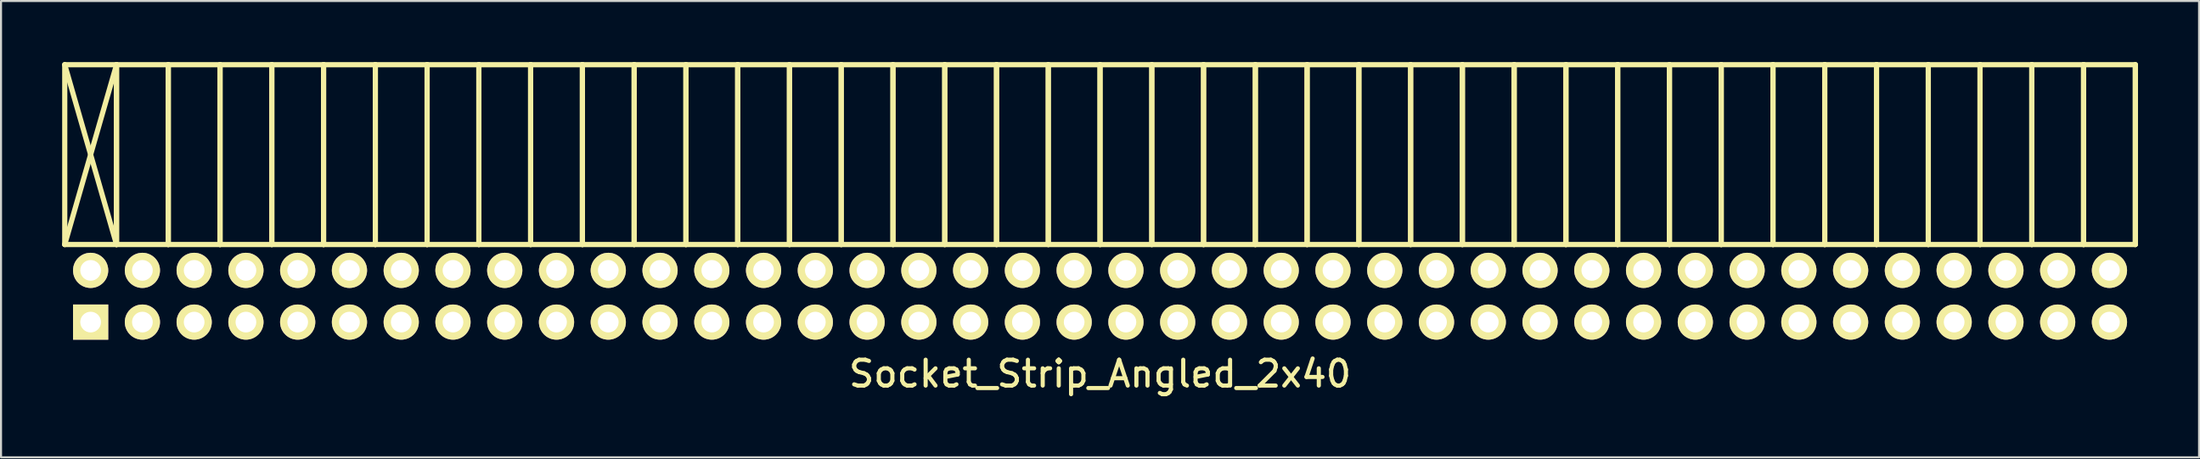
<source format=kicad_pcb>
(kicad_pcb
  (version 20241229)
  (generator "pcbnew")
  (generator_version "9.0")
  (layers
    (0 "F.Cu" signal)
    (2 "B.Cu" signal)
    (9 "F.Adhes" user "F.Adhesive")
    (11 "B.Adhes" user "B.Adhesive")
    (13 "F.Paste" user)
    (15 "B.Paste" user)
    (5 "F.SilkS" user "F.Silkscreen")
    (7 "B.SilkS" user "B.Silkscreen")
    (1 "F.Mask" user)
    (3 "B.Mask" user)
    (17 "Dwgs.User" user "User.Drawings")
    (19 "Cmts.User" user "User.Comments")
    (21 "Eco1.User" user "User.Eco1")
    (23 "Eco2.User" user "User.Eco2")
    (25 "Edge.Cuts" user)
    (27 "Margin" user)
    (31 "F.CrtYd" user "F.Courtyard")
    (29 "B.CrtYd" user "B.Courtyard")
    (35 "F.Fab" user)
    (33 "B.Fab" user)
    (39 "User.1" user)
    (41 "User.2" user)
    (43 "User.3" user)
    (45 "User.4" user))
  (footprint "Socket_Strip_Angled_2x40"
    (layer "F.Cu")
    (at 50.927 11.497)
    (property "Reference" "Socket_Strip_Angled_2x40" (at 0 3.81 0) (layer "F.SilkS") (effects (font (size 1.27 1.27) (thickness 0.203))))
    (attr through_hole)
    (fp_line (start -50.8 -11.37) (end -48.26 -11.37) (stroke (width 0.254) (type solid)) (layer "F.SilkS"))
    (fp_line (start -50.8 -11.37) (end -48.26 -2.54) (stroke (width 0.254) (type solid)) (layer "F.SilkS"))
    (fp_line (start -50.8 -2.54) (end -50.8 -11.37) (stroke (width 0.254) (type solid)) (layer "F.SilkS"))
    (fp_line (start -50.8 -2.54) (end -48.26 -11.37) (stroke (width 0.254) (type solid)) (layer "F.SilkS"))
    (fp_line (start -50.8 -2.54) (end -48.26 -2.54) (stroke (width 0.254) (type solid)) (layer "F.SilkS"))
    (fp_line (start -48.26 -11.37) (end -48.26 -2.54) (stroke (width 0.254) (type solid)) (layer "F.SilkS"))
    (fp_line (start -48.26 -11.37) (end -45.72 -11.37) (stroke (width 0.254) (type solid)) (layer "F.SilkS"))
    (fp_line (start -48.26 -2.54) (end -48.26 -11.37) (stroke (width 0.254) (type solid)) (layer "F.SilkS"))
    (fp_line (start -48.26 -2.54) (end -45.72 -2.54) (stroke (width 0.254) (type solid)) (layer "F.SilkS"))
    (fp_line (start -45.72 -11.37) (end -45.72 -2.54) (stroke (width 0.254) (type solid)) (layer "F.SilkS"))
    (fp_line (start -45.72 -11.37) (end -43.18 -11.37) (stroke (width 0.254) (type solid)) (layer "F.SilkS"))
    (fp_line (start -45.72 -2.54) (end -45.72 -11.37) (stroke (width 0.254) (type solid)) (layer "F.SilkS"))
    (fp_line (start -45.72 -2.54) (end -43.18 -2.54) (stroke (width 0.254) (type solid)) (layer "F.SilkS"))
    (fp_line (start -43.18 -11.37) (end -43.18 -2.54) (stroke (width 0.254) (type solid)) (layer "F.SilkS"))
    (fp_line (start -43.18 -11.37) (end -40.64 -11.37) (stroke (width 0.254) (type solid)) (layer "F.SilkS"))
    (fp_line (start -43.18 -2.54) (end -43.18 -11.37) (stroke (width 0.254) (type solid)) (layer "F.SilkS"))
    (fp_line (start -43.18 -2.54) (end -40.64 -2.54) (stroke (width 0.254) (type solid)) (layer "F.SilkS"))
    (fp_line (start -40.64 -11.37) (end -40.64 -2.54) (stroke (width 0.254) (type solid)) (layer "F.SilkS"))
    (fp_line (start -40.64 -11.37) (end -38.1 -11.37) (stroke (width 0.254) (type solid)) (layer "F.SilkS"))
    (fp_line (start -40.64 -2.54) (end -40.64 -11.37) (stroke (width 0.254) (type solid)) (layer "F.SilkS"))
    (fp_line (start -40.64 -2.54) (end -38.1 -2.54) (stroke (width 0.254) (type solid)) (layer "F.SilkS"))
    (fp_line (start -38.1 -11.37) (end -38.1 -2.54) (stroke (width 0.254) (type solid)) (layer "F.SilkS"))
    (fp_line (start -38.1 -11.37) (end -35.56 -11.37) (stroke (width 0.254) (type solid)) (layer "F.SilkS"))
    (fp_line (start -38.1 -2.54) (end -38.1 -11.37) (stroke (width 0.254) (type solid)) (layer "F.SilkS"))
    (fp_line (start -38.1 -2.54) (end -35.56 -2.54) (stroke (width 0.254) (type solid)) (layer "F.SilkS"))
    (fp_line (start -35.56 -11.37) (end -35.56 -2.54) (stroke (width 0.254) (type solid)) (layer "F.SilkS"))
    (fp_line (start -35.56 -11.37) (end -33.02 -11.37) (stroke (width 0.254) (type solid)) (layer "F.SilkS"))
    (fp_line (start -35.56 -2.54) (end -35.56 -11.37) (stroke (width 0.254) (type solid)) (layer "F.SilkS"))
    (fp_line (start -35.56 -2.54) (end -33.02 -2.54) (stroke (width 0.254) (type solid)) (layer "F.SilkS"))
    (fp_line (start -33.02 -11.37) (end -33.02 -2.54) (stroke (width 0.254) (type solid)) (layer "F.SilkS"))
    (fp_line (start -33.02 -11.37) (end -30.48 -11.37) (stroke (width 0.254) (type solid)) (layer "F.SilkS"))
    (fp_line (start -33.02 -2.54) (end -33.02 -11.37) (stroke (width 0.254) (type solid)) (layer "F.SilkS"))
    (fp_line (start -33.02 -2.54) (end -30.48 -2.54) (stroke (width 0.254) (type solid)) (layer "F.SilkS"))
    (fp_line (start -30.48 -11.37) (end -30.48 -2.54) (stroke (width 0.254) (type solid)) (layer "F.SilkS"))
    (fp_line (start -30.48 -11.37) (end -27.94 -11.37) (stroke (width 0.254) (type solid)) (layer "F.SilkS"))
    (fp_line (start -30.48 -2.54) (end -30.48 -11.37) (stroke (width 0.254) (type solid)) (layer "F.SilkS"))
    (fp_line (start -30.48 -2.54) (end -27.94 -2.54) (stroke (width 0.254) (type solid)) (layer "F.SilkS"))
    (fp_line (start -27.94 -11.37) (end -27.94 -2.54) (stroke (width 0.254) (type solid)) (layer "F.SilkS"))
    (fp_line (start -27.94 -11.37) (end -25.4 -11.37) (stroke (width 0.254) (type solid)) (layer "F.SilkS"))
    (fp_line (start -27.94 -2.54) (end -27.94 -11.37) (stroke (width 0.254) (type solid)) (layer "F.SilkS"))
    (fp_line (start -27.94 -2.54) (end -25.4 -2.54) (stroke (width 0.254) (type solid)) (layer "F.SilkS"))
    (fp_line (start -25.4 -11.37) (end -25.4 -2.54) (stroke (width 0.254) (type solid)) (layer "F.SilkS"))
    (fp_line (start -25.4 -11.37) (end -22.86 -11.37) (stroke (width 0.254) (type solid)) (layer "F.SilkS"))
    (fp_line (start -25.4 -2.54) (end -25.4 -11.37) (stroke (width 0.254) (type solid)) (layer "F.SilkS"))
    (fp_line (start -25.4 -2.54) (end -22.86 -2.54) (stroke (width 0.254) (type solid)) (layer "F.SilkS"))
    (fp_line (start -22.86 -11.37) (end -22.86 -2.54) (stroke (width 0.254) (type solid)) (layer "F.SilkS"))
    (fp_line (start -22.86 -11.37) (end -20.32 -11.37) (stroke (width 0.254) (type solid)) (layer "F.SilkS"))
    (fp_line (start -22.86 -2.54) (end -22.86 -11.37) (stroke (width 0.254) (type solid)) (layer "F.SilkS"))
    (fp_line (start -22.86 -2.54) (end -20.32 -2.54) (stroke (width 0.254) (type solid)) (layer "F.SilkS"))
    (fp_line (start -20.32 -11.37) (end -20.32 -2.54) (stroke (width 0.254) (type solid)) (layer "F.SilkS"))
    (fp_line (start -20.32 -11.37) (end -17.78 -11.37) (stroke (width 0.254) (type solid)) (layer "F.SilkS"))
    (fp_line (start -20.32 -2.54) (end -20.32 -11.37) (stroke (width 0.254) (type solid)) (layer "F.SilkS"))
    (fp_line (start -20.32 -2.54) (end -17.78 -2.54) (stroke (width 0.254) (type solid)) (layer "F.SilkS"))
    (fp_line (start -17.78 -11.37) (end -17.78 -2.54) (stroke (width 0.254) (type solid)) (layer "F.SilkS"))
    (fp_line (start -17.78 -11.37) (end -15.24 -11.37) (stroke (width 0.254) (type solid)) (layer "F.SilkS"))
    (fp_line (start -17.78 -2.54) (end -17.78 -11.37) (stroke (width 0.254) (type solid)) (layer "F.SilkS"))
    (fp_line (start -17.78 -2.54) (end -15.24 -2.54) (stroke (width 0.254) (type solid)) (layer "F.SilkS"))
    (fp_line (start -15.24 -11.37) (end -15.24 -2.54) (stroke (width 0.254) (type solid)) (layer "F.SilkS"))
    (fp_line (start -15.24 -11.37) (end -12.7 -11.37) (stroke (width 0.254) (type solid)) (layer "F.SilkS"))
    (fp_line (start -15.24 -2.54) (end -15.24 -11.37) (stroke (width 0.254) (type solid)) (layer "F.SilkS"))
    (fp_line (start -15.24 -2.54) (end -12.7 -2.54) (stroke (width 0.254) (type solid)) (layer "F.SilkS"))
    (fp_line (start -12.7 -11.37) (end -12.7 -2.54) (stroke (width 0.254) (type solid)) (layer "F.SilkS"))
    (fp_line (start -12.7 -11.37) (end -10.16 -11.37) (stroke (width 0.254) (type solid)) (layer "F.SilkS"))
    (fp_line (start -12.7 -2.54) (end -12.7 -11.37) (stroke (width 0.254) (type solid)) (layer "F.SilkS"))
    (fp_line (start -12.7 -2.54) (end -10.16 -2.54) (stroke (width 0.254) (type solid)) (layer "F.SilkS"))
    (fp_line (start -10.16 -11.37) (end -10.16 -2.54) (stroke (width 0.254) (type solid)) (layer "F.SilkS"))
    (fp_line (start -10.16 -11.37) (end -7.62 -11.37) (stroke (width 0.254) (type solid)) (layer "F.SilkS"))
    (fp_line (start -10.16 -2.54) (end -10.16 -11.37) (stroke (width 0.254) (type solid)) (layer "F.SilkS"))
    (fp_line (start -10.16 -2.54) (end -7.62 -2.54) (stroke (width 0.254) (type solid)) (layer "F.SilkS"))
    (fp_line (start -7.62 -11.37) (end -7.62 -2.54) (stroke (width 0.254) (type solid)) (layer "F.SilkS"))
    (fp_line (start -7.62 -11.37) (end -5.08 -11.37) (stroke (width 0.254) (type solid)) (layer "F.SilkS"))
    (fp_line (start -7.62 -2.54) (end -7.62 -11.37) (stroke (width 0.254) (type solid)) (layer "F.SilkS"))
    (fp_line (start -7.62 -2.54) (end -5.08 -2.54) (stroke (width 0.254) (type solid)) (layer "F.SilkS"))
    (fp_line (start -5.08 -11.37) (end -5.08 -2.54) (stroke (width 0.254) (type solid)) (layer "F.SilkS"))
    (fp_line (start -5.08 -11.37) (end -2.54 -11.37) (stroke (width 0.254) (type solid)) (layer "F.SilkS"))
    (fp_line (start -5.08 -2.54) (end -5.08 -11.37) (stroke (width 0.254) (type solid)) (layer "F.SilkS"))
    (fp_line (start -5.08 -2.54) (end -2.54 -2.54) (stroke (width 0.254) (type solid)) (layer "F.SilkS"))
    (fp_line (start -2.54 -11.37) (end -2.54 -2.54) (stroke (width 0.254) (type solid)) (layer "F.SilkS"))
    (fp_line (start -2.54 -11.37) (end 0 -11.37) (stroke (width 0.254) (type solid)) (layer "F.SilkS"))
    (fp_line (start -2.54 -2.54) (end -2.54 -11.37) (stroke (width 0.254) (type solid)) (layer "F.SilkS"))
    (fp_line (start -2.54 -2.54) (end 0 -2.54) (stroke (width 0.254) (type solid)) (layer "F.SilkS"))
    (fp_line (start 0 -11.37) (end 0 -2.54) (stroke (width 0.254) (type solid)) (layer "F.SilkS"))
    (fp_line (start 0 -11.37) (end 2.54 -11.37) (stroke (width 0.254) (type solid)) (layer "F.SilkS"))
    (fp_line (start 0 -2.54) (end 0 -11.37) (stroke (width 0.254) (type solid)) (layer "F.SilkS"))
    (fp_line (start 0 -2.54) (end 2.54 -2.54) (stroke (width 0.254) (type solid)) (layer "F.SilkS"))
    (fp_line (start 2.54 -11.37) (end 2.54 -2.54) (stroke (width 0.254) (type solid)) (layer "F.SilkS"))
    (fp_line (start 2.54 -11.37) (end 5.08 -11.37) (stroke (width 0.254) (type solid)) (layer "F.SilkS"))
    (fp_line (start 2.54 -2.54) (end 2.54 -11.37) (stroke (width 0.254) (type solid)) (layer "F.SilkS"))
    (fp_line (start 2.54 -2.54) (end 5.08 -2.54) (stroke (width 0.254) (type solid)) (layer "F.SilkS"))
    (fp_line (start 5.08 -11.37) (end 5.08 -2.54) (stroke (width 0.254) (type solid)) (layer "F.SilkS"))
    (fp_line (start 5.08 -11.37) (end 7.62 -11.37) (stroke (width 0.254) (type solid)) (layer "F.SilkS"))
    (fp_line (start 5.08 -2.54) (end 5.08 -11.37) (stroke (width 0.254) (type solid)) (layer "F.SilkS"))
    (fp_line (start 5.08 -2.54) (end 7.62 -2.54) (stroke (width 0.254) (type solid)) (layer "F.SilkS"))
    (fp_line (start 7.62 -11.37) (end 7.62 -2.54) (stroke (width 0.254) (type solid)) (layer "F.SilkS"))
    (fp_line (start 7.62 -11.37) (end 10.16 -11.37) (stroke (width 0.254) (type solid)) (layer "F.SilkS"))
    (fp_line (start 7.62 -2.54) (end 7.62 -11.37) (stroke (width 0.254) (type solid)) (layer "F.SilkS"))
    (fp_line (start 7.62 -2.54) (end 10.16 -2.54) (stroke (width 0.254) (type solid)) (layer "F.SilkS"))
    (fp_line (start 10.16 -11.37) (end 10.16 -2.54) (stroke (width 0.254) (type solid)) (layer "F.SilkS"))
    (fp_line (start 10.16 -11.37) (end 12.7 -11.37) (stroke (width 0.254) (type solid)) (layer "F.SilkS"))
    (fp_line (start 10.16 -2.54) (end 10.16 -11.37) (stroke (width 0.254) (type solid)) (layer "F.SilkS"))
    (fp_line (start 10.16 -2.54) (end 12.7 -2.54) (stroke (width 0.254) (type solid)) (layer "F.SilkS"))
    (fp_line (start 12.7 -11.37) (end 12.7 -2.54) (stroke (width 0.254) (type solid)) (layer "F.SilkS"))
    (fp_line (start 12.7 -11.37) (end 15.24 -11.37) (stroke (width 0.254) (type solid)) (layer "F.SilkS"))
    (fp_line (start 12.7 -2.54) (end 12.7 -11.37) (stroke (width 0.254) (type solid)) (layer "F.SilkS"))
    (fp_line (start 12.7 -2.54) (end 15.24 -2.54) (stroke (width 0.254) (type solid)) (layer "F.SilkS"))
    (fp_line (start 15.24 -11.37) (end 15.24 -2.54) (stroke (width 0.254) (type solid)) (layer "F.SilkS"))
    (fp_line (start 15.24 -11.37) (end 17.78 -11.37) (stroke (width 0.254) (type solid)) (layer "F.SilkS"))
    (fp_line (start 15.24 -2.54) (end 15.24 -11.37) (stroke (width 0.254) (type solid)) (layer "F.SilkS"))
    (fp_line (start 15.24 -2.54) (end 17.78 -2.54) (stroke (width 0.254) (type solid)) (layer "F.SilkS"))
    (fp_line (start 17.78 -11.37) (end 17.78 -2.54) (stroke (width 0.254) (type solid)) (layer "F.SilkS"))
    (fp_line (start 17.78 -11.37) (end 20.32 -11.37) (stroke (width 0.254) (type solid)) (layer "F.SilkS"))
    (fp_line (start 17.78 -2.54) (end 17.78 -11.37) (stroke (width 0.254) (type solid)) (layer "F.SilkS"))
    (fp_line (start 17.78 -2.54) (end 20.32 -2.54) (stroke (width 0.254) (type solid)) (layer "F.SilkS"))
    (fp_line (start 20.32 -11.37) (end 20.32 -2.54) (stroke (width 0.254) (type solid)) (layer "F.SilkS"))
    (fp_line (start 20.32 -11.37) (end 22.86 -11.37) (stroke (width 0.254) (type solid)) (layer "F.SilkS"))
    (fp_line (start 20.32 -2.54) (end 20.32 -11.37) (stroke (width 0.254) (type solid)) (layer "F.SilkS"))
    (fp_line (start 20.32 -2.54) (end 22.86 -2.54) (stroke (width 0.254) (type solid)) (layer "F.SilkS"))
    (fp_line (start 22.86 -11.37) (end 22.86 -2.54) (stroke (width 0.254) (type solid)) (layer "F.SilkS"))
    (fp_line (start 22.86 -11.37) (end 25.4 -11.37) (stroke (width 0.254) (type solid)) (layer "F.SilkS"))
    (fp_line (start 22.86 -2.54) (end 22.86 -11.37) (stroke (width 0.254) (type solid)) (layer "F.SilkS"))
    (fp_line (start 22.86 -2.54) (end 25.4 -2.54) (stroke (width 0.254) (type solid)) (layer "F.SilkS"))
    (fp_line (start 25.4 -11.37) (end 25.4 -2.54) (stroke (width 0.254) (type solid)) (layer "F.SilkS"))
    (fp_line (start 25.4 -11.37) (end 27.94 -11.37) (stroke (width 0.254) (type solid)) (layer "F.SilkS"))
    (fp_line (start 25.4 -2.54) (end 25.4 -11.37) (stroke (width 0.254) (type solid)) (layer "F.SilkS"))
    (fp_line (start 25.4 -2.54) (end 27.94 -2.54) (stroke (width 0.254) (type solid)) (layer "F.SilkS"))
    (fp_line (start 27.94 -11.37) (end 27.94 -2.54) (stroke (width 0.254) (type solid)) (layer "F.SilkS"))
    (fp_line (start 27.94 -11.37) (end 30.48 -11.37) (stroke (width 0.254) (type solid)) (layer "F.SilkS"))
    (fp_line (start 27.94 -2.54) (end 27.94 -11.37) (stroke (width 0.254) (type solid)) (layer "F.SilkS"))
    (fp_line (start 27.94 -2.54) (end 30.48 -2.54) (stroke (width 0.254) (type solid)) (layer "F.SilkS"))
    (fp_line (start 30.48 -11.37) (end 30.48 -2.54) (stroke (width 0.254) (type solid)) (layer "F.SilkS"))
    (fp_line (start 30.48 -11.37) (end 33.02 -11.37) (stroke (width 0.254) (type solid)) (layer "F.SilkS"))
    (fp_line (start 30.48 -2.54) (end 30.48 -11.37) (stroke (width 0.254) (type solid)) (layer "F.SilkS"))
    (fp_line (start 30.48 -2.54) (end 33.02 -2.54) (stroke (width 0.254) (type solid)) (layer "F.SilkS"))
    (fp_line (start 33.02 -11.37) (end 33.02 -2.54) (stroke (width 0.254) (type solid)) (layer "F.SilkS"))
    (fp_line (start 33.02 -11.37) (end 35.56 -11.37) (stroke (width 0.254) (type solid)) (layer "F.SilkS"))
    (fp_line (start 33.02 -2.54) (end 33.02 -11.37) (stroke (width 0.254) (type solid)) (layer "F.SilkS"))
    (fp_line (start 33.02 -2.54) (end 35.56 -2.54) (stroke (width 0.254) (type solid)) (layer "F.SilkS"))
    (fp_line (start 35.56 -11.37) (end 35.56 -2.54) (stroke (width 0.254) (type solid)) (layer "F.SilkS"))
    (fp_line (start 35.56 -11.37) (end 38.1 -11.37) (stroke (width 0.254) (type solid)) (layer "F.SilkS"))
    (fp_line (start 35.56 -2.54) (end 35.56 -11.37) (stroke (width 0.254) (type solid)) (layer "F.SilkS"))
    (fp_line (start 35.56 -2.54) (end 38.1 -2.54) (stroke (width 0.254) (type solid)) (layer "F.SilkS"))
    (fp_line (start 38.1 -11.37) (end 38.1 -2.54) (stroke (width 0.254) (type solid)) (layer "F.SilkS"))
    (fp_line (start 38.1 -11.37) (end 40.64 -11.37) (stroke (width 0.254) (type solid)) (layer "F.SilkS"))
    (fp_line (start 38.1 -2.54) (end 38.1 -11.37) (stroke (width 0.254) (type solid)) (layer "F.SilkS"))
    (fp_line (start 38.1 -2.54) (end 40.64 -2.54) (stroke (width 0.254) (type solid)) (layer "F.SilkS"))
    (fp_line (start 40.64 -11.37) (end 40.64 -2.54) (stroke (width 0.254) (type solid)) (layer "F.SilkS"))
    (fp_line (start 40.64 -11.37) (end 43.18 -11.37) (stroke (width 0.254) (type solid)) (layer "F.SilkS"))
    (fp_line (start 40.64 -2.54) (end 40.64 -11.37) (stroke (width 0.254) (type solid)) (layer "F.SilkS"))
    (fp_line (start 40.64 -2.54) (end 43.18 -2.54) (stroke (width 0.254) (type solid)) (layer "F.SilkS"))
    (fp_line (start 43.18 -11.37) (end 43.18 -2.54) (stroke (width 0.254) (type solid)) (layer "F.SilkS"))
    (fp_line (start 43.18 -11.37) (end 45.72 -11.37) (stroke (width 0.254) (type solid)) (layer "F.SilkS"))
    (fp_line (start 43.18 -2.54) (end 43.18 -11.37) (stroke (width 0.254) (type solid)) (layer "F.SilkS"))
    (fp_line (start 43.18 -2.54) (end 45.72 -2.54) (stroke (width 0.254) (type solid)) (layer "F.SilkS"))
    (fp_line (start 45.72 -11.37) (end 45.72 -2.54) (stroke (width 0.254) (type solid)) (layer "F.SilkS"))
    (fp_line (start 45.72 -11.37) (end 48.26 -11.37) (stroke (width 0.254) (type solid)) (layer "F.SilkS"))
    (fp_line (start 45.72 -2.54) (end 45.72 -11.37) (stroke (width 0.254) (type solid)) (layer "F.SilkS"))
    (fp_line (start 45.72 -2.54) (end 48.26 -2.54) (stroke (width 0.254) (type solid)) (layer "F.SilkS"))
    (fp_line (start 48.26 -11.37) (end 48.26 -2.54) (stroke (width 0.254) (type solid)) (layer "F.SilkS"))
    (fp_line (start 48.26 -11.37) (end 50.8 -11.37) (stroke (width 0.254) (type solid)) (layer "F.SilkS"))
    (fp_line (start 48.26 -2.54) (end 48.26 -11.37) (stroke (width 0.254) (type solid)) (layer "F.SilkS"))
    (fp_line (start 48.26 -2.54) (end 50.8 -2.54) (stroke (width 0.254) (type solid)) (layer "F.SilkS"))
    (fp_line (start 50.8 -11.37) (end 50.8 -2.54) (stroke (width 0.254) (type solid)) (layer "F.SilkS"))
    (fp_line (start 50.8 -2.54) (end 50.8 -11.37) (stroke (width 0.254) (type solid)) (layer "F.SilkS"))
    (pad "1" thru_hole rect (at -49.53 1.27) (size 1.727 1.727) (drill 1.016) (layers "*.Cu" "*.Mask" "F.SilkS"))
    (pad "2" thru_hole oval (at -46.99 1.27) (size 1.727 1.727) (drill 1.016) (layers "*.Cu" "*.Mask" "F.SilkS"))
    (pad "3" thru_hole oval (at -44.45 1.27) (size 1.727 1.727) (drill 1.016) (layers "*.Cu" "*.Mask" "F.SilkS"))
    (pad "4" thru_hole oval (at -41.91 1.27) (size 1.727 1.727) (drill 1.016) (layers "*.Cu" "*.Mask" "F.SilkS"))
    (pad "5" thru_hole oval (at -39.37 1.27) (size 1.727 1.727) (drill 1.016) (layers "*.Cu" "*.Mask" "F.SilkS"))
    (pad "6" thru_hole oval (at -36.83 1.27) (size 1.727 1.727) (drill 1.016) (layers "*.Cu" "*.Mask" "F.SilkS"))
    (pad "7" thru_hole oval (at -34.29 1.27) (size 1.727 1.727) (drill 1.016) (layers "*.Cu" "*.Mask" "F.SilkS"))
    (pad "8" thru_hole oval (at -31.75 1.27) (size 1.727 1.727) (drill 1.016) (layers "*.Cu" "*.Mask" "F.SilkS"))
    (pad "9" thru_hole oval (at -29.21 1.27) (size 1.727 1.727) (drill 1.016) (layers "*.Cu" "*.Mask" "F.SilkS"))
    (pad "10" thru_hole oval (at -26.67 1.27) (size 1.727 1.727) (drill 1.016) (layers "*.Cu" "*.Mask" "F.SilkS"))
    (pad "11" thru_hole oval (at -24.13 1.27) (size 1.727 1.727) (drill 1.016) (layers "*.Cu" "*.Mask" "F.SilkS"))
    (pad "12" thru_hole oval (at -21.59 1.27) (size 1.727 1.727) (drill 1.016) (layers "*.Cu" "*.Mask" "F.SilkS"))
    (pad "13" thru_hole oval (at -19.05 1.27) (size 1.727 1.727) (drill 1.016) (layers "*.Cu" "*.Mask" "F.SilkS"))
    (pad "14" thru_hole oval (at -16.51 1.27) (size 1.727 1.727) (drill 1.016) (layers "*.Cu" "*.Mask" "F.SilkS"))
    (pad "15" thru_hole oval (at -13.97 1.27) (size 1.727 1.727) (drill 1.016) (layers "*.Cu" "*.Mask" "F.SilkS"))
    (pad "16" thru_hole oval (at -11.43 1.27) (size 1.727 1.727) (drill 1.016) (layers "*.Cu" "*.Mask" "F.SilkS"))
    (pad "17" thru_hole oval (at -8.89 1.27) (size 1.727 1.727) (drill 1.016) (layers "*.Cu" "*.Mask" "F.SilkS"))
    (pad "18" thru_hole oval (at -6.35 1.27) (size 1.727 1.727) (drill 1.016) (layers "*.Cu" "*.Mask" "F.SilkS"))
    (pad "19" thru_hole oval (at -3.81 1.27) (size 1.727 1.727) (drill 1.016) (layers "*.Cu" "*.Mask" "F.SilkS"))
    (pad "20" thru_hole oval (at -1.27 1.27) (size 1.727 1.727) (drill 1.016) (layers "*.Cu" "*.Mask" "F.SilkS"))
    (pad "21" thru_hole oval (at 1.27 1.27) (size 1.727 1.727) (drill 1.016) (layers "*.Cu" "*.Mask" "F.SilkS"))
    (pad "22" thru_hole oval (at 3.81 1.27) (size 1.727 1.727) (drill 1.016) (layers "*.Cu" "*.Mask" "F.SilkS"))
    (pad "23" thru_hole oval (at 6.35 1.27) (size 1.727 1.727) (drill 1.016) (layers "*.Cu" "*.Mask" "F.SilkS"))
    (pad "24" thru_hole oval (at 8.89 1.27) (size 1.727 1.727) (drill 1.016) (layers "*.Cu" "*.Mask" "F.SilkS"))
    (pad "25" thru_hole oval (at 11.43 1.27) (size 1.727 1.727) (drill 1.016) (layers "*.Cu" "*.Mask" "F.SilkS"))
    (pad "26" thru_hole oval (at 13.97 1.27) (size 1.727 1.727) (drill 1.016) (layers "*.Cu" "*.Mask" "F.SilkS"))
    (pad "27" thru_hole oval (at 16.51 1.27) (size 1.727 1.727) (drill 1.016) (layers "*.Cu" "*.Mask" "F.SilkS"))
    (pad "28" thru_hole oval (at 19.05 1.27) (size 1.727 1.727) (drill 1.016) (layers "*.Cu" "*.Mask" "F.SilkS"))
    (pad "29" thru_hole oval (at 21.59 1.27) (size 1.727 1.727) (drill 1.016) (layers "*.Cu" "*.Mask" "F.SilkS"))
    (pad "30" thru_hole oval (at 24.13 1.27) (size 1.727 1.727) (drill 1.016) (layers "*.Cu" "*.Mask" "F.SilkS"))
    (pad "31" thru_hole oval (at 26.67 1.27) (size 1.727 1.727) (drill 1.016) (layers "*.Cu" "*.Mask" "F.SilkS"))
    (pad "32" thru_hole oval (at 29.21 1.27) (size 1.727 1.727) (drill 1.016) (layers "*.Cu" "*.Mask" "F.SilkS"))
    (pad "33" thru_hole oval (at 31.75 1.27) (size 1.727 1.727) (drill 1.016) (layers "*.Cu" "*.Mask" "F.SilkS"))
    (pad "34" thru_hole oval (at 34.29 1.27) (size 1.727 1.727) (drill 1.016) (layers "*.Cu" "*.Mask" "F.SilkS"))
    (pad "35" thru_hole oval (at 36.83 1.27) (size 1.727 1.727) (drill 1.016) (layers "*.Cu" "*.Mask" "F.SilkS"))
    (pad "36" thru_hole oval (at 39.37 1.27) (size 1.727 1.727) (drill 1.016) (layers "*.Cu" "*.Mask" "F.SilkS"))
    (pad "37" thru_hole oval (at 41.91 1.27) (size 1.727 1.727) (drill 1.016) (layers "*.Cu" "*.Mask" "F.SilkS"))
    (pad "38" thru_hole oval (at 44.45 1.27) (size 1.727 1.727) (drill 1.016) (layers "*.Cu" "*.Mask" "F.SilkS"))
    (pad "39" thru_hole oval (at 46.99 1.27) (size 1.727 1.727) (drill 1.016) (layers "*.Cu" "*.Mask" "F.SilkS"))
    (pad "40" thru_hole oval (at 49.53 1.27) (size 1.727 1.727) (drill 1.016) (layers "*.Cu" "*.Mask" "F.SilkS"))
    (pad "41" thru_hole oval (at 49.53 -1.27) (size 1.727 1.727) (drill 1.016) (layers "*.Cu" "*.Mask" "F.SilkS"))
    (pad "42" thru_hole oval (at 46.99 -1.27) (size 1.727 1.727) (drill 1.016) (layers "*.Cu" "*.Mask" "F.SilkS"))
    (pad "43" thru_hole oval (at 44.45 -1.27) (size 1.727 1.727) (drill 1.016) (layers "*.Cu" "*.Mask" "F.SilkS"))
    (pad "44" thru_hole oval (at 41.91 -1.27) (size 1.727 1.727) (drill 1.016) (layers "*.Cu" "*.Mask" "F.SilkS"))
    (pad "45" thru_hole oval (at 39.37 -1.27) (size 1.727 1.727) (drill 1.016) (layers "*.Cu" "*.Mask" "F.SilkS"))
    (pad "46" thru_hole oval (at 36.83 -1.27) (size 1.727 1.727) (drill 1.016) (layers "*.Cu" "*.Mask" "F.SilkS"))
    (pad "47" thru_hole oval (at 34.29 -1.27) (size 1.727 1.727) (drill 1.016) (layers "*.Cu" "*.Mask" "F.SilkS"))
    (pad "48" thru_hole oval (at 31.75 -1.27) (size 1.727 1.727) (drill 1.016) (layers "*.Cu" "*.Mask" "F.SilkS"))
    (pad "49" thru_hole oval (at 29.21 -1.27) (size 1.727 1.727) (drill 1.016) (layers "*.Cu" "*.Mask" "F.SilkS"))
    (pad "50" thru_hole oval (at 26.67 -1.27) (size 1.727 1.727) (drill 1.016) (layers "*.Cu" "*.Mask" "F.SilkS"))
    (pad "51" thru_hole oval (at 24.13 -1.27) (size 1.727 1.727) (drill 1.016) (layers "*.Cu" "*.Mask" "F.SilkS"))
    (pad "52" thru_hole oval (at 21.59 -1.27) (size 1.727 1.727) (drill 1.016) (layers "*.Cu" "*.Mask" "F.SilkS"))
    (pad "53" thru_hole oval (at 19.05 -1.27) (size 1.727 1.727) (drill 1.016) (layers "*.Cu" "*.Mask" "F.SilkS"))
    (pad "54" thru_hole oval (at 16.51 -1.27) (size 1.727 1.727) (drill 1.016) (layers "*.Cu" "*.Mask" "F.SilkS"))
    (pad "55" thru_hole oval (at 13.97 -1.27) (size 1.727 1.727) (drill 1.016) (layers "*.Cu" "*.Mask" "F.SilkS"))
    (pad "56" thru_hole oval (at 11.43 -1.27) (size 1.727 1.727) (drill 1.016) (layers "*.Cu" "*.Mask" "F.SilkS"))
    (pad "57" thru_hole oval (at 8.89 -1.27) (size 1.727 1.727) (drill 1.016) (layers "*.Cu" "*.Mask" "F.SilkS"))
    (pad "58" thru_hole oval (at 6.35 -1.27) (size 1.727 1.727) (drill 1.016) (layers "*.Cu" "*.Mask" "F.SilkS"))
    (pad "59" thru_hole oval (at 3.81 -1.27) (size 1.727 1.727) (drill 1.016) (layers "*.Cu" "*.Mask" "F.SilkS"))
    (pad "60" thru_hole oval (at 1.27 -1.27) (size 1.727 1.727) (drill 1.016) (layers "*.Cu" "*.Mask" "F.SilkS"))
    (pad "61" thru_hole oval (at -1.27 -1.27) (size 1.727 1.727) (drill 1.016) (layers "*.Cu" "*.Mask" "F.SilkS"))
    (pad "62" thru_hole oval (at -3.81 -1.27) (size 1.727 1.727) (drill 1.016) (layers "*.Cu" "*.Mask" "F.SilkS"))
    (pad "63" thru_hole oval (at -6.35 -1.27) (size 1.727 1.727) (drill 1.016) (layers "*.Cu" "*.Mask" "F.SilkS"))
    (pad "64" thru_hole oval (at -8.89 -1.27) (size 1.727 1.727) (drill 1.016) (layers "*.Cu" "*.Mask" "F.SilkS"))
    (pad "65" thru_hole oval (at -11.43 -1.27) (size 1.727 1.727) (drill 1.016) (layers "*.Cu" "*.Mask" "F.SilkS"))
    (pad "66" thru_hole oval (at -13.97 -1.27) (size 1.727 1.727) (drill 1.016) (layers "*.Cu" "*.Mask" "F.SilkS"))
    (pad "67" thru_hole oval (at -16.51 -1.27) (size 1.727 1.727) (drill 1.016) (layers "*.Cu" "*.Mask" "F.SilkS"))
    (pad "68" thru_hole oval (at -19.05 -1.27) (size 1.727 1.727) (drill 1.016) (layers "*.Cu" "*.Mask" "F.SilkS"))
    (pad "69" thru_hole oval (at -21.59 -1.27) (size 1.727 1.727) (drill 1.016) (layers "*.Cu" "*.Mask" "F.SilkS"))
    (pad "70" thru_hole oval (at -24.13 -1.27) (size 1.727 1.727) (drill 1.016) (layers "*.Cu" "*.Mask" "F.SilkS"))
    (pad "71" thru_hole oval (at -26.67 -1.27) (size 1.727 1.727) (drill 1.016) (layers "*.Cu" "*.Mask" "F.SilkS"))
    (pad "72" thru_hole oval (at -29.21 -1.27) (size 1.727 1.727) (drill 1.016) (layers "*.Cu" "*.Mask" "F.SilkS"))
    (pad "73" thru_hole oval (at -31.75 -1.27) (size 1.727 1.727) (drill 1.016) (layers "*.Cu" "*.Mask" "F.SilkS"))
    (pad "74" thru_hole oval (at -34.29 -1.27) (size 1.727 1.727) (drill 1.016) (layers "*.Cu" "*.Mask" "F.SilkS"))
    (pad "75" thru_hole oval (at -36.83 -1.27) (size 1.727 1.727) (drill 1.016) (layers "*.Cu" "*.Mask" "F.SilkS"))
    (pad "76" thru_hole oval (at -39.37 -1.27) (size 1.727 1.727) (drill 1.016) (layers "*.Cu" "*.Mask" "F.SilkS"))
    (pad "77" thru_hole oval (at -41.91 -1.27) (size 1.727 1.727) (drill 1.016) (layers "*.Cu" "*.Mask" "F.SilkS"))
    (pad "78" thru_hole oval (at -44.45 -1.27) (size 1.727 1.727) (drill 1.016) (layers "*.Cu" "*.Mask" "F.SilkS"))
    (pad "79" thru_hole oval (at -46.99 -1.27) (size 1.727 1.727) (drill 1.016) (layers "*.Cu" "*.Mask" "F.SilkS"))
    (pad "80" thru_hole oval (at -49.53 -1.27) (size 1.727 1.727) (drill 1.016) (layers "*.Cu" "*.Mask" "F.SilkS")))
  (gr_rect
    (start -3 -3)
    (end 104.854 19.407)
    (stroke (width 0.1) (type default))
    (fill no)
    (layer "Edge.Cuts")))
</source>
